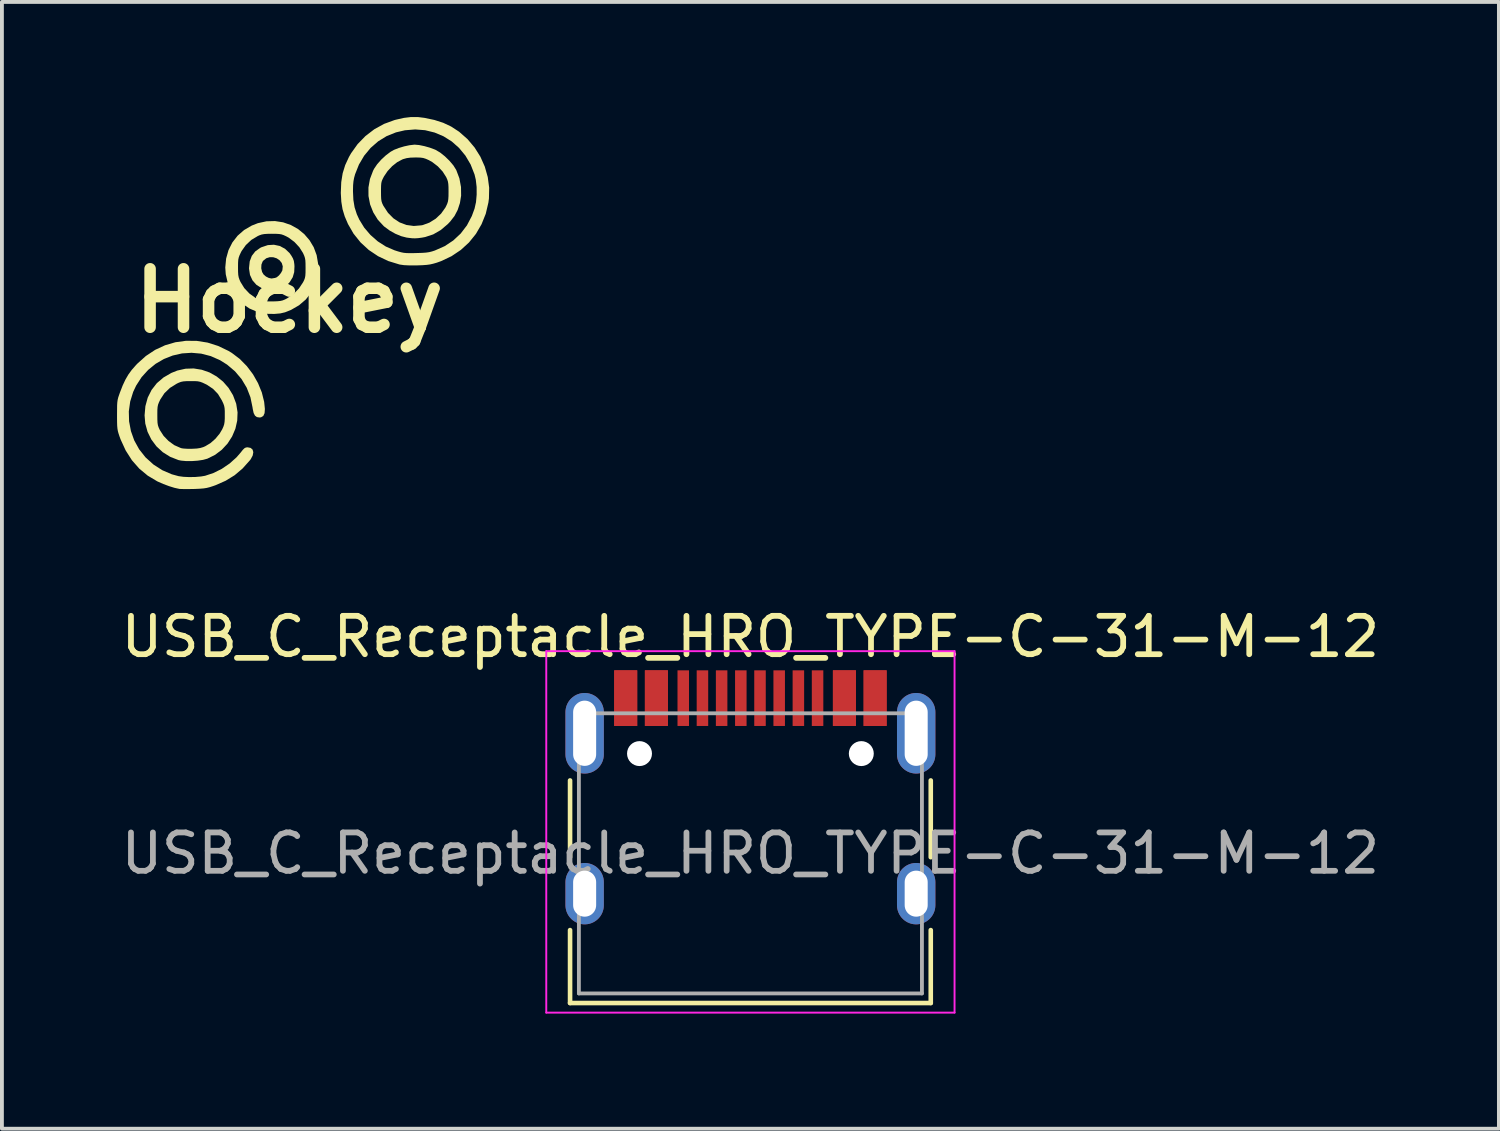
<source format=kicad_pcb>
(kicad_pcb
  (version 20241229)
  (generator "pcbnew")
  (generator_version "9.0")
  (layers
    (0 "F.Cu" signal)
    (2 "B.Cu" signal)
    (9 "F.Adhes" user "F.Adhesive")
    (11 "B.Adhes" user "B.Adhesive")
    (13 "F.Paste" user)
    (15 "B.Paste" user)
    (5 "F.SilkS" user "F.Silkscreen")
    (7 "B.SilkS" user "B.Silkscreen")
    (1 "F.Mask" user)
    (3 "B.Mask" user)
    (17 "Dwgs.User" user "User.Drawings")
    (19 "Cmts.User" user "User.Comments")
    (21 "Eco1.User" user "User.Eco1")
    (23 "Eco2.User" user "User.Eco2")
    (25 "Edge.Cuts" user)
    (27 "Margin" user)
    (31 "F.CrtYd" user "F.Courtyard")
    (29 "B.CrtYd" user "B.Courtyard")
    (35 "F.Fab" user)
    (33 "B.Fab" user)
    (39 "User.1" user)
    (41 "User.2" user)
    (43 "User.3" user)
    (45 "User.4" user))
  (footprint "Hockey"
    (layer "F.Cu")
    (at 4.49 4.789)
    (property "Reference" "Hockey" (at 0 0 0) (layer "F.SilkS") (effects (font (size 1.524 1.524) (thickness 0.3))))
    (attr board_only exclude_from_pos_files exclude_from_bom)
    (fp_poly (pts (xy -0.251 -1.429) (xy -0.114 -1.357) (xy 0.004 -1.246) (xy 0.05 -1.181) (xy 0.093 -1.107) (xy 0.118 -1.039) (xy 0.13 -0.956) (xy 0.134 -0.901) (xy 0.127 -0.746) (xy 0.088 -0.613) (xy 0.011 -0.489) (xy -0.013 -0.46) (xy -0.117 -0.369) (xy -0.248 -0.308) (xy -0.394 -0.277) (xy -0.545 -0.279) (xy -0.689 -0.316) (xy -0.72 -0.329) (xy -0.858 -0.417) (xy -0.96 -0.533) (xy -1.025 -0.674) (xy -1.05 -0.836) (xy -1.05 -0.847) (xy -0.732 -0.847) (xy -0.71 -0.752) (xy -0.673 -0.688) (xy -0.61 -0.633) (xy -0.534 -0.595) (xy -0.464 -0.581) (xy -0.438 -0.585) (xy -0.387 -0.594) (xy -0.377 -0.594) (xy -0.328 -0.613) (xy -0.271 -0.66) (xy -0.219 -0.724) (xy -0.183 -0.79) (xy -0.181 -0.799) (xy -0.171 -0.898) (xy -0.197 -0.984) (xy -0.253 -1.055) (xy -0.329 -1.107) (xy -0.417 -1.135) (xy -0.51 -1.137) (xy -0.6 -1.109) (xy -0.677 -1.048) (xy -0.696 -1.024) (xy -0.727 -0.944) (xy -0.732 -0.847) (xy -1.05 -0.847) (xy -1.05 -0.857) (xy -1.032 -1.028) (xy -0.978 -1.171) (xy -0.888 -1.287) (xy -0.759 -1.379) (xy -0.723 -1.397) (xy -0.561 -1.451) (xy -0.402 -1.461)) (stroke (width 0) (type solid)) (fill yes) (layer "F.SilkS"))
    (fp_poly (pts (xy -0.161 -2.045) (xy 0.04 -1.975) (xy 0.224 -1.872) (xy 0.388 -1.739) (xy 0.526 -1.579) (xy 0.636 -1.395) (xy 0.712 -1.19) (xy 0.75 -0.967) (xy 0.754 -0.864) (xy 0.732 -0.626) (xy 0.669 -0.406) (xy 0.567 -0.208) (xy 0.428 -0.033) (xy 0.254 0.116) (xy 0.045 0.237) (xy -0.112 0.3) (xy -0.237 0.329) (xy -0.389 0.342) (xy -0.55 0.34) (xy -0.705 0.322) (xy -0.818 0.295) (xy -1.035 0.203) (xy -1.225 0.077) (xy -1.386 -0.08) (xy -1.513 -0.263) (xy -1.605 -0.468) (xy -1.657 -0.692) (xy -1.669 -0.865) (xy -1.669 -0.869) (xy -1.337 -0.869) (xy -1.336 -0.755) (xy -1.331 -0.673) (xy -1.319 -0.609) (xy -1.298 -0.548) (xy -1.273 -0.492) (xy -1.174 -0.331) (xy -1.04 -0.189) (xy -0.881 -0.075) (xy -0.709 0.003) (xy -0.662 0.01) (xy -0.582 0.015) (xy -0.483 0.016) (xy -0.423 0.016) (xy -0.314 0.012) (xy -0.235 0.004) (xy -0.174 -0.01) (xy -0.113 -0.035) (xy -0.052 -0.067) (xy 0.112 -0.179) (xy 0.253 -0.324) (xy 0.358 -0.483) (xy 0.387 -0.541) (xy 0.406 -0.594) (xy 0.417 -0.652) (xy 0.422 -0.729) (xy 0.423 -0.837) (xy 0.423 -0.857) (xy 0.422 -0.972) (xy 0.418 -1.054) (xy 0.407 -1.116) (xy 0.389 -1.172) (xy 0.361 -1.235) (xy 0.356 -1.246) (xy 0.26 -1.397) (xy 0.132 -1.534) (xy -0.016 -1.645) (xy -0.08 -1.68) (xy -0.147 -1.711) (xy -0.205 -1.731) (xy -0.267 -1.741) (xy -0.349 -1.746) (xy -0.457 -1.747) (xy -0.573 -1.745) (xy -0.656 -1.739) (xy -0.721 -1.727) (xy -0.782 -1.706) (xy -0.823 -1.687) (xy -0.99 -1.587) (xy -1.133 -1.453) (xy -1.244 -1.297) (xy -1.262 -1.262) (xy -1.296 -1.19) (xy -1.318 -1.13) (xy -1.331 -1.069) (xy -1.336 -0.993) (xy -1.337 -0.887) (xy -1.337 -0.869) (xy -1.669 -0.869) (xy -1.647 -1.101) (xy -1.585 -1.321) (xy -1.484 -1.521) (xy -1.347 -1.697) (xy -1.178 -1.845) (xy -0.978 -1.961) (xy -0.82 -2.023) (xy -0.595 -2.072) (xy -0.374 -2.078)) (stroke (width 0) (type solid)) (fill yes) (layer "F.SilkS"))
    (fp_poly (pts (xy -2.282 1.797) (xy -2.081 1.867) (xy -1.894 1.972) (xy -1.726 2.107) (xy -1.583 2.271) (xy -1.468 2.46) (xy -1.388 2.672) (xy -1.383 2.691) (xy -1.349 2.907) (xy -1.358 3.124) (xy -1.406 3.335) (xy -1.491 3.535) (xy -1.609 3.719) (xy -1.758 3.88) (xy -1.934 4.014) (xy -2.135 4.114) (xy -2.138 4.115) (xy -2.248 4.145) (xy -2.387 4.166) (xy -2.539 4.177) (xy -2.688 4.177) (xy -2.819 4.165) (xy -2.888 4.151) (xy -3.105 4.066) (xy -3.297 3.946) (xy -3.462 3.794) (xy -3.595 3.616) (xy -3.694 3.416) (xy -3.754 3.199) (xy -3.772 2.987) (xy -3.772 2.983) (xy -3.44 2.983) (xy -3.439 3.098) (xy -3.435 3.18) (xy -3.425 3.242) (xy -3.407 3.297) (xy -3.379 3.359) (xy -3.374 3.369) (xy -3.276 3.521) (xy -3.147 3.654) (xy -2.998 3.762) (xy -2.837 3.833) (xy -2.802 3.844) (xy -2.747 3.851) (xy -2.662 3.856) (xy -2.562 3.857) (xy -2.526 3.856) (xy -2.41 3.85) (xy -2.321 3.836) (xy -2.243 3.813) (xy -2.189 3.789) (xy -2.054 3.708) (xy -1.925 3.594) (xy -1.815 3.46) (xy -1.749 3.349) (xy -1.718 3.28) (xy -1.698 3.219) (xy -1.687 3.151) (xy -1.682 3.063) (xy -1.682 2.983) (xy -1.682 2.875) (xy -1.687 2.797) (xy -1.699 2.735) (xy -1.721 2.674) (xy -1.757 2.598) (xy -1.758 2.596) (xy -1.86 2.428) (xy -1.988 2.295) (xy -2.148 2.188) (xy -2.185 2.17) (xy -2.261 2.134) (xy -2.323 2.111) (xy -2.385 2.098) (xy -2.463 2.093) (xy -2.571 2.093) (xy -2.572 2.093) (xy -2.682 2.094) (xy -2.762 2.1) (xy -2.825 2.113) (xy -2.885 2.136) (xy -2.933 2.159) (xy -3.11 2.269) (xy -3.255 2.408) (xy -3.363 2.572) (xy -3.366 2.579) (xy -3.399 2.649) (xy -3.421 2.707) (xy -3.433 2.766) (xy -3.439 2.839) (xy -3.44 2.939) (xy -3.44 2.983) (xy -3.772 2.983) (xy -3.751 2.745) (xy -3.69 2.523) (xy -3.59 2.323) (xy -3.453 2.147) (xy -3.28 1.999) (xy -3.075 1.88) (xy -2.92 1.818) (xy -2.706 1.77) (xy -2.492 1.763)) (stroke (width 0) (type solid)) (fill yes) (layer "F.SilkS"))
    (fp_poly (pts (xy 3.383 -4.059) (xy 3.519 -4.031) (xy 3.661 -3.991) (xy 3.79 -3.943) (xy 3.813 -3.933) (xy 3.931 -3.863) (xy 4.055 -3.764) (xy 4.174 -3.648) (xy 4.276 -3.527) (xy 4.348 -3.412) (xy 4.351 -3.406) (xy 4.432 -3.191) (xy 4.474 -2.965) (xy 4.477 -2.74) (xy 4.446 -2.548) (xy 4.387 -2.368) (xy 4.305 -2.211) (xy 4.191 -2.064) (xy 4.128 -1.998) (xy 3.946 -1.844) (xy 3.75 -1.731) (xy 3.541 -1.662) (xy 3.462 -1.647) (xy 3.358 -1.633) (xy 3.277 -1.628) (xy 3.2 -1.63) (xy 3.106 -1.641) (xy 3.055 -1.648) (xy 2.916 -1.684) (xy 2.764 -1.747) (xy 2.613 -1.832) (xy 2.48 -1.93) (xy 2.463 -1.944) (xy 2.306 -2.113) (xy 2.187 -2.305) (xy 2.105 -2.512) (xy 2.063 -2.73) (xy 2.062 -2.846) (xy 2.389 -2.846) (xy 2.39 -2.732) (xy 2.394 -2.651) (xy 2.404 -2.591) (xy 2.421 -2.539) (xy 2.448 -2.482) (xy 2.454 -2.472) (xy 2.571 -2.293) (xy 2.712 -2.15) (xy 2.874 -2.043) (xy 3.053 -1.976) (xy 3.243 -1.95) (xy 3.442 -1.967) (xy 3.478 -1.974) (xy 3.652 -2.038) (xy 3.814 -2.139) (xy 3.955 -2.272) (xy 4.066 -2.428) (xy 4.087 -2.469) (xy 4.115 -2.53) (xy 4.133 -2.586) (xy 4.143 -2.649) (xy 4.148 -2.732) (xy 4.149 -2.846) (xy 4.148 -2.962) (xy 4.143 -3.045) (xy 4.133 -3.107) (xy 4.115 -3.163) (xy 4.087 -3.225) (xy 4.087 -3.225) (xy 3.995 -3.369) (xy 3.871 -3.503) (xy 3.727 -3.614) (xy 3.635 -3.666) (xy 3.556 -3.701) (xy 3.489 -3.722) (xy 3.416 -3.732) (xy 3.322 -3.735) (xy 3.281 -3.735) (xy 3.156 -3.731) (xy 3.058 -3.718) (xy 2.969 -3.693) (xy 2.943 -3.683) (xy 2.81 -3.612) (xy 2.679 -3.508) (xy 2.561 -3.381) (xy 2.468 -3.243) (xy 2.467 -3.242) (xy 2.433 -3.176) (xy 2.41 -3.123) (xy 2.397 -3.068) (xy 2.391 -3) (xy 2.389 -2.906) (xy 2.389 -2.846) (xy 2.062 -2.846) (xy 2.062 -2.953) (xy 2.101 -3.174) (xy 2.183 -3.39) (xy 2.211 -3.444) (xy 2.289 -3.559) (xy 2.395 -3.679) (xy 2.516 -3.791) (xy 2.638 -3.883) (xy 2.726 -3.933) (xy 2.851 -3.982) (xy 2.991 -4.024) (xy 3.13 -4.054) (xy 3.249 -4.068) (xy 3.269 -4.069)) (stroke (width 0) (type solid)) (fill yes) (layer "F.SilkS"))
    (fp_poly (pts (xy 3.347 -4.789) (xy 3.518 -4.768) (xy 3.78 -4.713) (xy 4.01 -4.639) (xy 4.216 -4.542) (xy 4.408 -4.417) (xy 4.428 -4.403) (xy 4.644 -4.213) (xy 4.828 -3.995) (xy 4.979 -3.755) (xy 5.094 -3.496) (xy 5.171 -3.225) (xy 5.208 -2.947) (xy 5.202 -2.667) (xy 5.188 -2.561) (xy 5.119 -2.268) (xy 5.009 -1.995) (xy 4.863 -1.744) (xy 4.682 -1.52) (xy 4.469 -1.325) (xy 4.226 -1.162) (xy 3.958 -1.035) (xy 3.841 -0.993) (xy 3.751 -0.967) (xy 3.668 -0.948) (xy 3.579 -0.936) (xy 3.472 -0.928) (xy 3.332 -0.923) (xy 3.326 -0.923) (xy 3.137 -0.922) (xy 2.989 -0.929) (xy 2.878 -0.945) (xy 2.869 -0.947) (xy 2.579 -1.036) (xy 2.312 -1.163) (xy 2.07 -1.325) (xy 1.857 -1.521) (xy 1.675 -1.747) (xy 1.529 -2) (xy 1.444 -2.198) (xy 1.387 -2.386) (xy 1.355 -2.581) (xy 1.342 -2.8) (xy 1.342 -2.835) (xy 1.343 -2.846) (xy 1.659 -2.846) (xy 1.669 -2.628) (xy 1.701 -2.436) (xy 1.759 -2.256) (xy 1.823 -2.116) (xy 1.952 -1.906) (xy 2.116 -1.714) (xy 2.306 -1.548) (xy 2.515 -1.414) (xy 2.735 -1.319) (xy 2.739 -1.317) (xy 2.836 -1.286) (xy 2.912 -1.265) (xy 2.979 -1.251) (xy 3.05 -1.244) (xy 3.136 -1.242) (xy 3.25 -1.243) (xy 3.326 -1.245) (xy 3.461 -1.249) (xy 3.562 -1.256) (xy 3.645 -1.268) (xy 3.72 -1.287) (xy 3.793 -1.311) (xy 4.048 -1.424) (xy 4.272 -1.572) (xy 4.466 -1.753) (xy 4.628 -1.965) (xy 4.756 -2.209) (xy 4.827 -2.402) (xy 4.865 -2.571) (xy 4.882 -2.765) (xy 4.881 -2.966) (xy 4.859 -3.157) (xy 4.827 -3.292) (xy 4.725 -3.552) (xy 4.589 -3.783) (xy 4.423 -3.984) (xy 4.232 -4.153) (xy 4.018 -4.287) (xy 3.786 -4.385) (xy 3.538 -4.446) (xy 3.28 -4.466) (xy 3.013 -4.444) (xy 2.778 -4.389) (xy 2.535 -4.291) (xy 2.314 -4.155) (xy 2.118 -3.984) (xy 1.95 -3.781) (xy 1.814 -3.55) (xy 1.712 -3.293) (xy 1.712 -3.291) (xy 1.687 -3.2) (xy 1.671 -3.112) (xy 1.662 -3.011) (xy 1.659 -2.884) (xy 1.659 -2.846) (xy 1.343 -2.846) (xy 1.353 -3.093) (xy 1.39 -3.323) (xy 1.456 -3.537) (xy 1.554 -3.748) (xy 1.61 -3.846) (xy 1.78 -4.084) (xy 1.983 -4.293) (xy 2.214 -4.47) (xy 2.468 -4.61) (xy 2.741 -4.71) (xy 2.779 -4.72) (xy 2.987 -4.767) (xy 3.171 -4.789)) (stroke (width 0) (type solid)) (fill yes) (layer "F.SilkS"))
    (fp_poly (pts (xy -2.411 1.045) (xy -2.13 1.089) (xy -1.854 1.177) (xy -1.585 1.306) (xy -1.498 1.359) (xy -1.292 1.515) (xy -1.107 1.703) (xy -0.947 1.915) (xy -0.816 2.146) (xy -0.717 2.388) (xy -0.656 2.633) (xy -0.637 2.819) (xy -0.645 2.928) (xy -0.678 3) (xy -0.737 3.036) (xy -0.778 3.041) (xy -0.846 3.03) (xy -0.895 2.993) (xy -0.93 2.925) (xy -0.953 2.819) (xy -0.959 2.778) (xy -1.014 2.513) (xy -1.11 2.266) (xy -1.245 2.04) (xy -1.416 1.838) (xy -1.621 1.664) (xy -1.806 1.548) (xy -2.048 1.441) (xy -2.296 1.377) (xy -2.547 1.355) (xy -2.796 1.371) (xy -3.038 1.426) (xy -3.269 1.517) (xy -3.484 1.642) (xy -3.679 1.801) (xy -3.85 1.99) (xy -3.992 2.21) (xy -4.069 2.373) (xy -4.147 2.624) (xy -4.183 2.882) (xy -4.176 3.141) (xy -4.128 3.395) (xy -4.041 3.64) (xy -3.914 3.869) (xy -3.75 4.077) (xy -3.741 4.086) (xy -3.538 4.269) (xy -3.31 4.415) (xy -3.064 4.521) (xy -2.885 4.57) (xy -2.76 4.587) (xy -2.608 4.594) (xy -2.448 4.591) (xy -2.299 4.578) (xy -2.195 4.56) (xy -1.978 4.488) (xy -1.761 4.38) (xy -1.557 4.241) (xy -1.377 4.08) (xy -1.27 3.957) (xy -1.212 3.884) (xy -1.169 3.842) (xy -1.131 3.823) (xy -1.088 3.818) (xy -1.007 3.834) (xy -0.957 3.879) (xy -0.939 3.946) (xy -0.954 4.03) (xy -1.004 4.125) (xy -1.027 4.156) (xy -1.218 4.37) (xy -1.426 4.546) (xy -1.658 4.689) (xy -1.921 4.805) (xy -1.98 4.826) (xy -2.072 4.856) (xy -2.151 4.876) (xy -2.232 4.889) (xy -2.328 4.897) (xy -2.453 4.903) (xy -2.492 4.904) (xy -2.612 4.906) (xy -2.722 4.906) (xy -2.81 4.905) (xy -2.864 4.902) (xy -2.869 4.901) (xy -2.989 4.875) (xy -3.132 4.831) (xy -3.282 4.775) (xy -3.424 4.713) (xy -3.441 4.705) (xy -3.691 4.556) (xy -3.912 4.372) (xy -4.103 4.154) (xy -4.265 3.9) (xy -4.397 3.613) (xy -4.428 3.528) (xy -4.451 3.458) (xy -4.468 3.397) (xy -4.479 3.334) (xy -4.486 3.26) (xy -4.489 3.164) (xy -4.49 3.037) (xy -4.49 2.972) (xy -4.489 2.831) (xy -4.488 2.726) (xy -4.483 2.646) (xy -4.474 2.582) (xy -4.46 2.522) (xy -4.438 2.457) (xy -4.414 2.389) (xy -4.342 2.204) (xy -4.271 2.053) (xy -4.195 1.922) (xy -4.106 1.8) (xy -3.996 1.675) (xy -3.96 1.637) (xy -3.738 1.438) (xy -3.496 1.278) (xy -3.239 1.159) (xy -2.969 1.08) (xy -2.692 1.042)) (stroke (width 0) (type solid)) (fill yes) (layer "F.SilkS")))
  (footprint "USB_C_Receptacle_HRO_TYPE-C-31-M-12"
    (layer "F.Cu")
    (at 16.506 19.189)
    (property "Reference" "USB_C_Receptacle_HRO_TYPE-C-31-M-12" (at 0 -5.645 0) (layer "F.SilkS") (effects (font (size 1 1) (thickness 0.15))))
    (attr smd)
    (fp_line (start -4.7 -1.9) (end -4.7 0.1) (stroke (width 0.12) (type solid)) (layer "F.SilkS"))
    (fp_line (start -4.7 2) (end -4.7 3.9) (stroke (width 0.12) (type solid)) (layer "F.SilkS"))
    (fp_line (start -4.7 3.9) (end 4.7 3.9) (stroke (width 0.12) (type solid)) (layer "F.SilkS"))
    (fp_line (start 4.7 -1.9) (end 4.7 0.1) (stroke (width 0.12) (type solid)) (layer "F.SilkS"))
    (fp_line (start 4.7 2) (end 4.7 3.9) (stroke (width 0.12) (type solid)) (layer "F.SilkS"))
    (fp_line (start -5.32 -5.27) (end -5.32 4.15) (stroke (width 0.05) (type solid)) (layer "F.CrtYd"))
    (fp_line (start -5.32 -5.27) (end 5.32 -5.27) (stroke (width 0.05) (type solid)) (layer "F.CrtYd"))
    (fp_line (start -5.32 4.15) (end 5.32 4.15) (stroke (width 0.05) (type solid)) (layer "F.CrtYd"))
    (fp_line (start 5.32 -5.27) (end 5.32 4.15) (stroke (width 0.05) (type solid)) (layer "F.CrtYd"))
    (fp_line (start -4.47 -3.65) (end -4.47 3.65) (stroke (width 0.1) (type solid)) (layer "F.Fab"))
    (fp_line (start -4.47 -3.65) (end 4.47 -3.65) (stroke (width 0.1) (type solid)) (layer "F.Fab"))
    (fp_line (start -4.47 3.65) (end 4.47 3.65) (stroke (width 0.1) (type solid)) (layer "F.Fab"))
    (fp_line (start 4.47 -3.65) (end 4.47 3.65) (stroke (width 0.1) (type solid)) (layer "F.Fab"))
    (fp_text user "${REFERENCE}" (at 0 0 0) (layer "F.Fab") (effects (font (size 1 1) (thickness 0.15))))
    (pad "" np_thru_hole circle (at -2.89 -2.6) (size 0.65 0.65) (drill 0.65) (layers "*.Cu" "*.Mask"))
    (pad "" np_thru_hole circle (at 2.89 -2.6) (size 0.65 0.65) (drill 0.65) (layers "*.Cu" "*.Mask"))
    (pad "A1" smd rect (at -3.25 -4.045) (size 0.6 1.45) (layers "F.Cu" "F.Mask" "F.Paste"))
    (pad "A4" smd rect (at -2.45 -4.045) (size 0.6 1.45) (layers "F.Cu" "F.Mask" "F.Paste"))
    (pad "A5" smd rect (at -1.25 -4.045) (size 0.3 1.45) (layers "F.Cu" "F.Mask" "F.Paste"))
    (pad "A6" smd rect (at -0.25 -4.045) (size 0.3 1.45) (layers "F.Cu" "F.Mask" "F.Paste"))
    (pad "A7" smd rect (at 0.25 -4.045) (size 0.3 1.45) (layers "F.Cu" "F.Mask" "F.Paste"))
    (pad "A8" smd rect (at 1.25 -4.045) (size 0.3 1.45) (layers "F.Cu" "F.Mask" "F.Paste"))
    (pad "A9" smd rect (at 2.45 -4.045) (size 0.6 1.45) (layers "F.Cu" "F.Mask" "F.Paste"))
    (pad "A12" smd rect (at 3.25 -4.045) (size 0.6 1.45) (layers "F.Cu" "F.Mask" "F.Paste"))
    (pad "B1" smd rect (at 3.25 -4.045) (size 0.6 1.45) (layers "F.Cu" "F.Mask" "F.Paste"))
    (pad "B4" smd rect (at 2.45 -4.045) (size 0.6 1.45) (layers "F.Cu" "F.Mask" "F.Paste"))
    (pad "B5" smd rect (at 1.75 -4.045) (size 0.3 1.45) (layers "F.Cu" "F.Mask" "F.Paste"))
    (pad "B6" smd rect (at 0.75 -4.045) (size 0.3 1.45) (layers "F.Cu" "F.Mask" "F.Paste"))
    (pad "B7" smd rect (at -0.75 -4.045) (size 0.3 1.45) (layers "F.Cu" "F.Mask" "F.Paste"))
    (pad "B8" smd rect (at -1.75 -4.045) (size 0.3 1.45) (layers "F.Cu" "F.Mask" "F.Paste"))
    (pad "B9" smd rect (at -2.45 -4.045) (size 0.6 1.45) (layers "F.Cu" "F.Mask" "F.Paste"))
    (pad "B12" smd rect (at -3.25 -4.045) (size 0.6 1.45) (layers "F.Cu" "F.Mask" "F.Paste"))
    (pad "S1" thru_hole oval (at -4.32 -3.13) (size 1 2.1) (drill oval 0.6 1.7) (layers "*.Cu" "*.Mask"))
    (pad "S1" thru_hole oval (at -4.32 1.05) (size 1 1.6) (drill oval 0.6 1.2) (layers "*.Cu" "*.Mask"))
    (pad "S1" thru_hole oval (at 4.32 -3.13) (size 1 2.1) (drill oval 0.6 1.7) (layers "*.Cu" "*.Mask"))
    (pad "S1" thru_hole oval (at 4.32 1.05) (size 1 1.6) (drill oval 0.6 1.2) (layers "*.Cu" "*.Mask")))
  (gr_rect
    (start -3 -3)
    (end 36.012 26.364)
    (stroke (width 0.1) (type default))
    (fill no)
    (layer "Edge.Cuts")))
</source>
